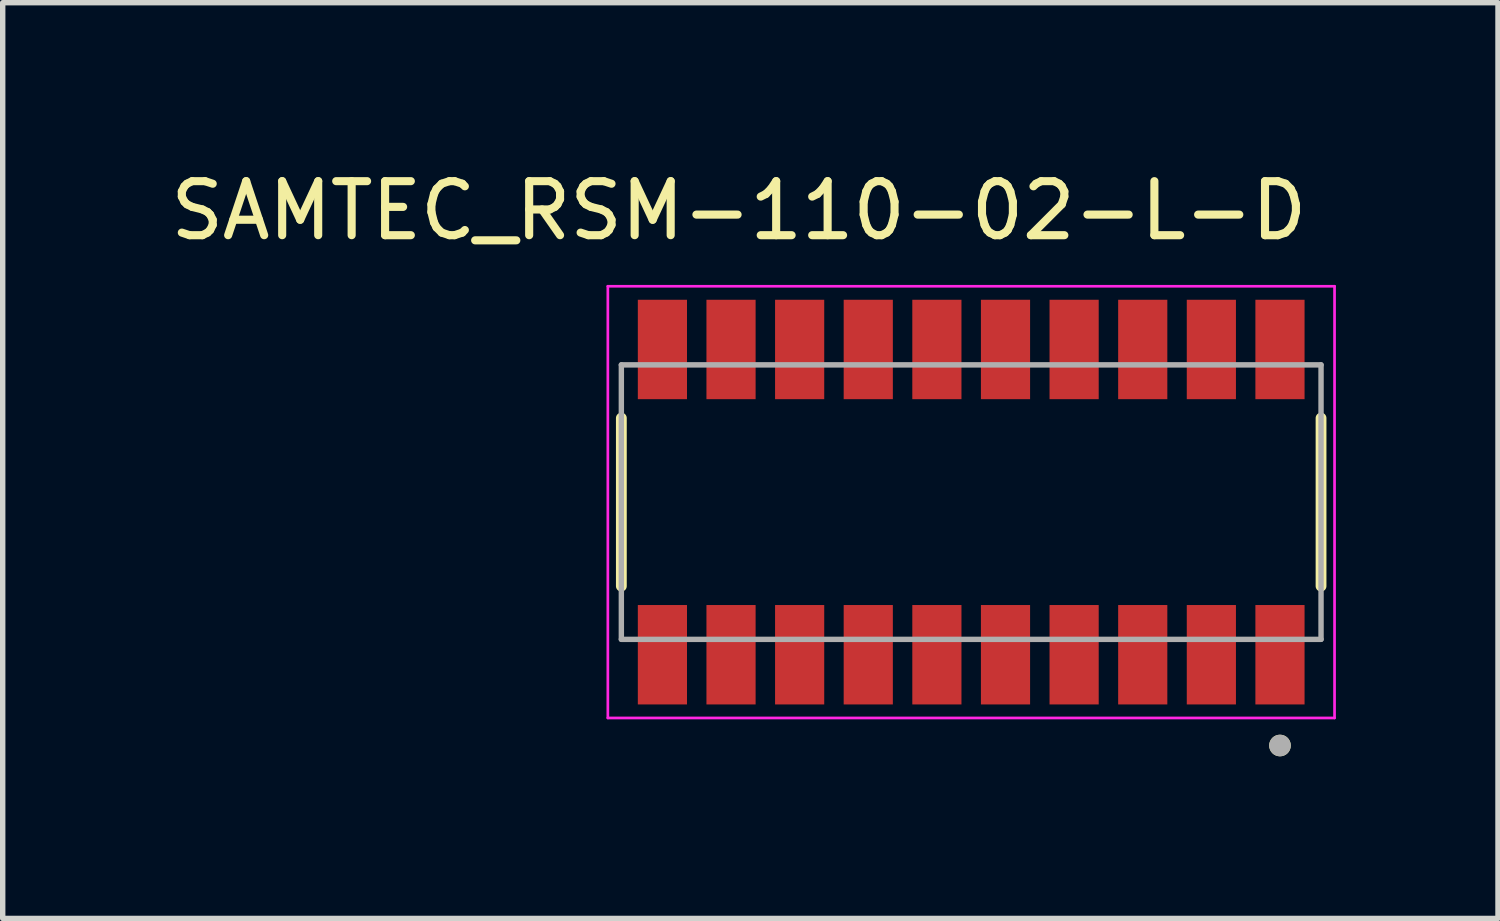
<source format=kicad_pcb>
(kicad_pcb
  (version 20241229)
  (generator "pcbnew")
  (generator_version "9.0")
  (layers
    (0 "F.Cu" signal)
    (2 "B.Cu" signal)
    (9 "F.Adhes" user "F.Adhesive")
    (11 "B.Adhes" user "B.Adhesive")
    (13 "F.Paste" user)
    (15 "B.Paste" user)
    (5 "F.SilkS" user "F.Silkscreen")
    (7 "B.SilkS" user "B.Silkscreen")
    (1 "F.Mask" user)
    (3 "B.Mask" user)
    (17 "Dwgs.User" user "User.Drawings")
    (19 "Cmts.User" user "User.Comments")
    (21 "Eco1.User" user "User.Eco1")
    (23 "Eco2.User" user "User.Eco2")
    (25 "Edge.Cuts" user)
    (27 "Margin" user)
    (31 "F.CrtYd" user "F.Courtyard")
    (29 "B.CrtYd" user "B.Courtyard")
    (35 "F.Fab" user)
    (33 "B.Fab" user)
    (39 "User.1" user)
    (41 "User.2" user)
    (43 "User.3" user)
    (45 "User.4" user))
  (footprint "SAMTEC_RSM-110-02-L-D"
    (layer "F.Cu")
    (at 14.925 6.243)
    (property "Reference" "SAMTEC_RSM-110-02-L-D" (at -4.3 -5.395 0) (layer "F.SilkS") (effects (font (size 1 1) (thickness 0.15))))
    (attr through_hole)
    (fp_line (start -6.475 1.555) (end -6.475 -1.555) (stroke (width 0.2) (type solid)) (layer "F.SilkS"))
    (fp_line (start 6.475 -1.555) (end 6.475 1.555) (stroke (width 0.2) (type solid)) (layer "F.SilkS"))
    (fp_circle (center 5.715 4.505) (end 5.815 4.505) (stroke (width 0.2) (type solid)) (fill no) (layer "F.SilkS"))
    (fp_line (start -6.725 -3.995) (end 6.725 -3.995) (stroke (width 0.05) (type solid)) (layer "F.CrtYd"))
    (fp_line (start -6.725 3.995) (end -6.725 -3.995) (stroke (width 0.05) (type solid)) (layer "F.CrtYd"))
    (fp_line (start 6.725 -3.995) (end 6.725 3.995) (stroke (width 0.05) (type solid)) (layer "F.CrtYd"))
    (fp_line (start 6.725 3.995) (end -6.725 3.995) (stroke (width 0.05) (type solid)) (layer "F.CrtYd"))
    (fp_line (start -6.475 -2.54) (end 6.475 -2.54) (stroke (width 0.1) (type solid)) (layer "F.Fab"))
    (fp_line (start -6.475 2.54) (end -6.475 -2.54) (stroke (width 0.1) (type solid)) (layer "F.Fab"))
    (fp_line (start 6.475 -2.54) (end 6.475 2.54) (stroke (width 0.1) (type solid)) (layer "F.Fab"))
    (fp_line (start 6.475 2.54) (end -6.475 2.54) (stroke (width 0.1) (type solid)) (layer "F.Fab"))
    (fp_circle (center 5.715 4.505) (end 5.815 4.505) (stroke (width 0.2) (type solid)) (fill no) (layer "F.Fab"))
    (pad "01" smd rect (at 5.715 2.825) (size 0.91 1.84) (layers "F.Cu" "F.Mask" "F.Paste"))
    (pad "02" smd rect (at 5.715 -2.825) (size 0.91 1.84) (layers "F.Cu" "F.Mask" "F.Paste"))
    (pad "03" smd rect (at 4.445 2.825) (size 0.91 1.84) (layers "F.Cu" "F.Mask" "F.Paste"))
    (pad "04" smd rect (at 4.445 -2.825) (size 0.91 1.84) (layers "F.Cu" "F.Mask" "F.Paste"))
    (pad "05" smd rect (at 3.175 2.825) (size 0.91 1.84) (layers "F.Cu" "F.Mask" "F.Paste"))
    (pad "06" smd rect (at 3.175 -2.825) (size 0.91 1.84) (layers "F.Cu" "F.Mask" "F.Paste"))
    (pad "07" smd rect (at 1.905 2.825) (size 0.91 1.84) (layers "F.Cu" "F.Mask" "F.Paste"))
    (pad "08" smd rect (at 1.905 -2.825) (size 0.91 1.84) (layers "F.Cu" "F.Mask" "F.Paste"))
    (pad "09" smd rect (at 0.635 2.825) (size 0.91 1.84) (layers "F.Cu" "F.Mask" "F.Paste"))
    (pad "10" smd rect (at 0.635 -2.825) (size 0.91 1.84) (layers "F.Cu" "F.Mask" "F.Paste"))
    (pad "11" smd rect (at -0.635 2.825) (size 0.91 1.84) (layers "F.Cu" "F.Mask" "F.Paste"))
    (pad "12" smd rect (at -0.635 -2.825) (size 0.91 1.84) (layers "F.Cu" "F.Mask" "F.Paste"))
    (pad "13" smd rect (at -1.905 2.825) (size 0.91 1.84) (layers "F.Cu" "F.Mask" "F.Paste"))
    (pad "14" smd rect (at -1.905 -2.825) (size 0.91 1.84) (layers "F.Cu" "F.Mask" "F.Paste"))
    (pad "15" smd rect (at -3.175 2.825) (size 0.91 1.84) (layers "F.Cu" "F.Mask" "F.Paste"))
    (pad "16" smd rect (at -3.175 -2.825) (size 0.91 1.84) (layers "F.Cu" "F.Mask" "F.Paste"))
    (pad "17" smd rect (at -4.445 2.825) (size 0.91 1.84) (layers "F.Cu" "F.Mask" "F.Paste"))
    (pad "18" smd rect (at -4.445 -2.825) (size 0.91 1.84) (layers "F.Cu" "F.Mask" "F.Paste"))
    (pad "19" smd rect (at -5.715 2.825) (size 0.91 1.84) (layers "F.Cu" "F.Mask" "F.Paste"))
    (pad "20" smd rect (at -5.715 -2.825) (size 0.91 1.84) (layers "F.Cu" "F.Mask" "F.Paste")))
  (gr_rect
    (start -3 -3)
    (end 24.675 13.948)
    (stroke (width 0.1) (type default))
    (fill no)
    (layer "Edge.Cuts")))
</source>
